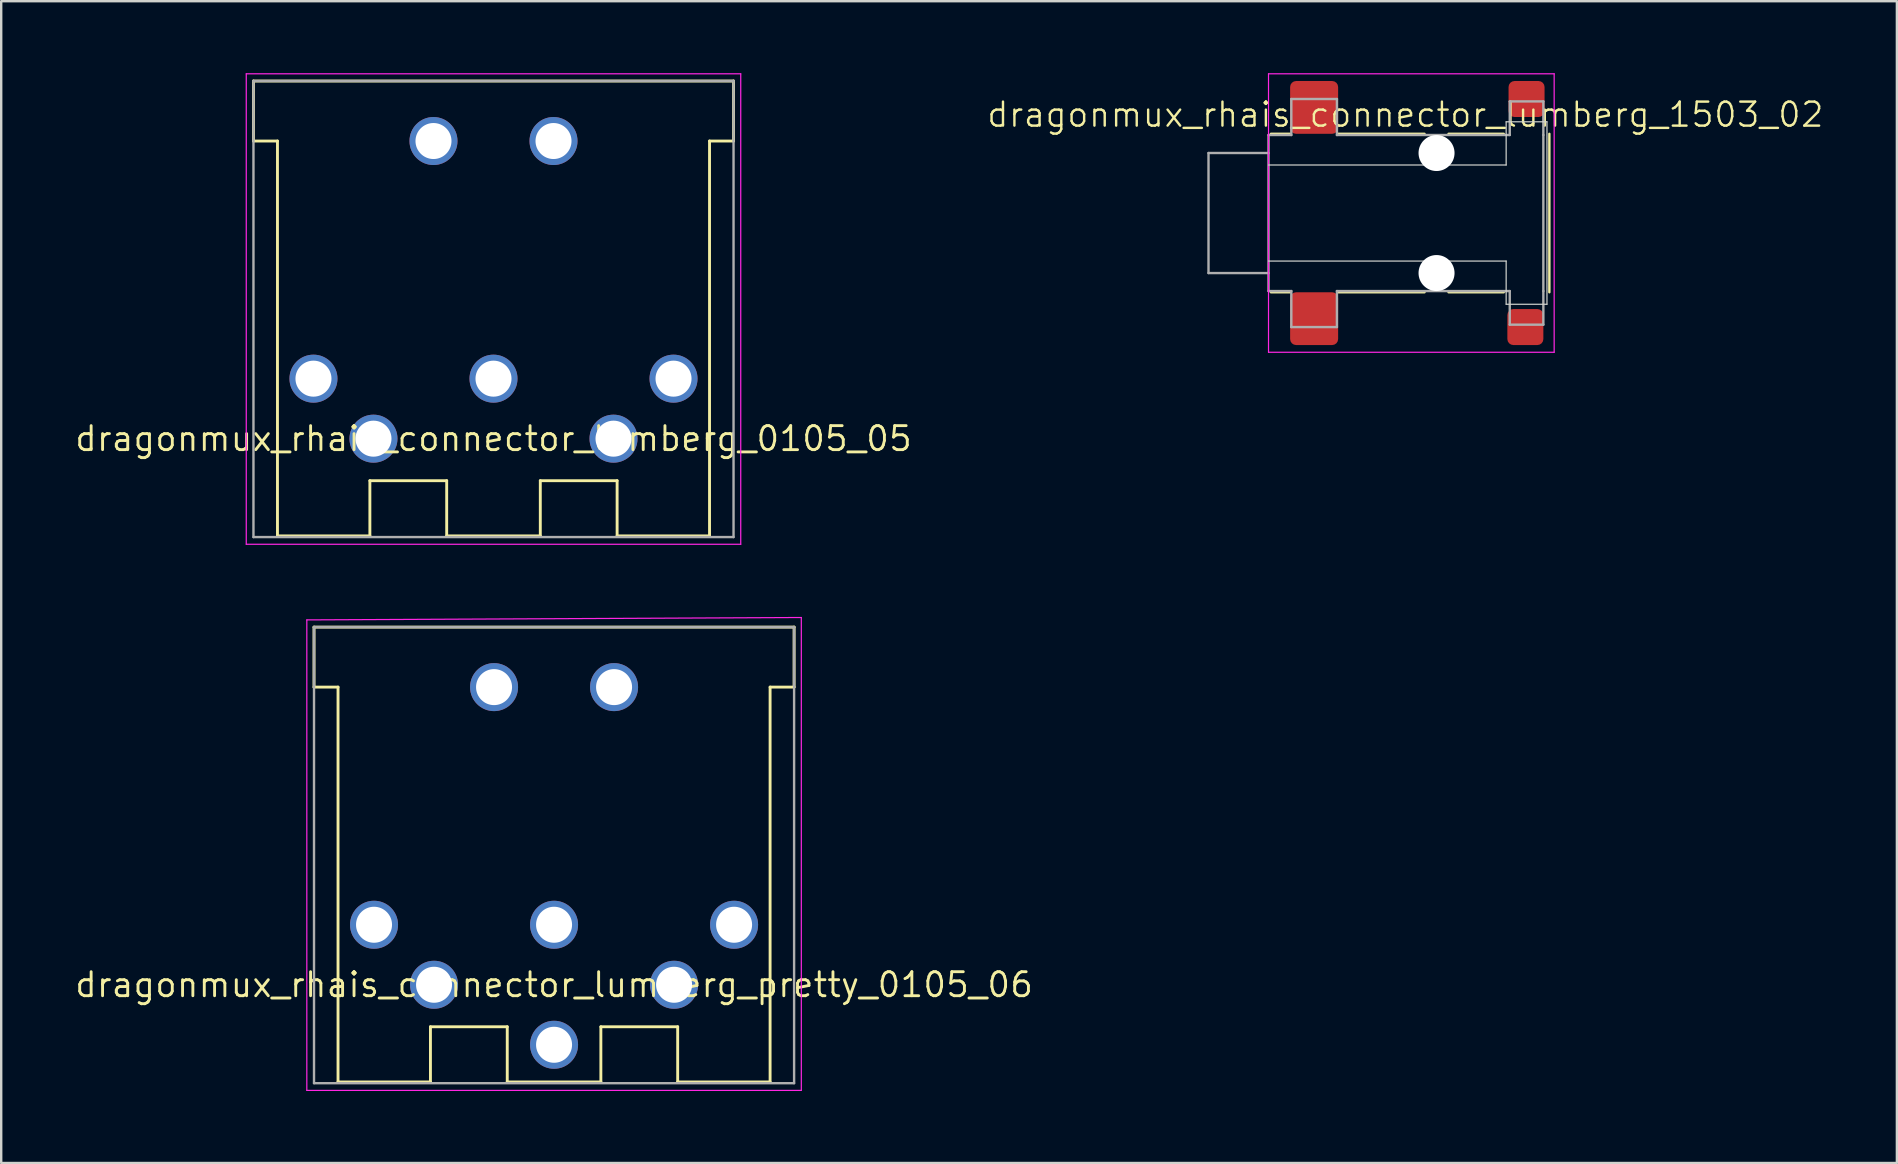
<source format=kicad_pcb>
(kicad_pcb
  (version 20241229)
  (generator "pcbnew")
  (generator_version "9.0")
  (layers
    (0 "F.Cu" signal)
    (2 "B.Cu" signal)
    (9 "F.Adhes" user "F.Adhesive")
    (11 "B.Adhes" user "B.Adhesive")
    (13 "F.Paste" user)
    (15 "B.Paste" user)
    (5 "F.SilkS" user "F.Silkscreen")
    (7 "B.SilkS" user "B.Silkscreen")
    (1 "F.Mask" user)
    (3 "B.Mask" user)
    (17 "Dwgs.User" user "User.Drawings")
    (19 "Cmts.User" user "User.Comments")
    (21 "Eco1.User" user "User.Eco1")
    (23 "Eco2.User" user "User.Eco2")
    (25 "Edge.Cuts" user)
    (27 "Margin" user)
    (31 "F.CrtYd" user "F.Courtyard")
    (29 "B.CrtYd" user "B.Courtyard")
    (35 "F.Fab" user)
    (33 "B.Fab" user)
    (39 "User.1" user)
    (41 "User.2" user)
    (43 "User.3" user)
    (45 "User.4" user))
  (footprint "dragonmux_rhais_connector_lumberg_pretty_0105_06"
    (layer "F.Cu")
    (at 20.032 35.475)
    (property "Reference" "dragonmux_rhais_connector_lumberg_pretty_0105_06" (at 0 2.5 0) (layer "F.SilkS") (effects (font (size 1 1) (thickness 0.12))))
    (attr through_hole)
    (fp_line (start -10 -12.4) (end -10 -9.9) (stroke (width 0.12) (type solid)) (layer "F.SilkS"))
    (fp_line (start -10 -9.9) (end -9 -9.9) (stroke (width 0.12) (type solid)) (layer "F.SilkS"))
    (fp_line (start -9 -9.9) (end -9 6.55) (stroke (width 0.12) (type solid)) (layer "F.SilkS"))
    (fp_line (start -9 6.55) (end -5.15 6.55) (stroke (width 0.12) (type solid)) (layer "F.SilkS"))
    (fp_line (start -5.15 4.25) (end -1.95 4.25) (stroke (width 0.12) (type solid)) (layer "F.SilkS"))
    (fp_line (start -5.15 6.55) (end -5.15 4.25) (stroke (width 0.12) (type solid)) (layer "F.SilkS"))
    (fp_line (start -1.95 4.25) (end -1.95 6.55) (stroke (width 0.12) (type solid)) (layer "F.SilkS"))
    (fp_line (start -1.95 6.55) (end 1.95 6.55) (stroke (width 0.12) (type solid)) (layer "F.SilkS"))
    (fp_line (start 1.95 4.25) (end 5.15 4.25) (stroke (width 0.12) (type solid)) (layer "F.SilkS"))
    (fp_line (start 1.95 6.55) (end 1.95 4.25) (stroke (width 0.12) (type solid)) (layer "F.SilkS"))
    (fp_line (start 5.15 4.25) (end 5.15 6.55) (stroke (width 0.12) (type solid)) (layer "F.SilkS"))
    (fp_line (start 5.15 6.55) (end 9 6.55) (stroke (width 0.12) (type solid)) (layer "F.SilkS"))
    (fp_line (start 9 -9.9) (end 10 -9.9) (stroke (width 0.12) (type solid)) (layer "F.SilkS"))
    (fp_line (start 9 6.55) (end 9 -9.9) (stroke (width 0.12) (type solid)) (layer "F.SilkS"))
    (fp_line (start 10 -12.4) (end -10 -12.4) (stroke (width 0.12) (type solid)) (layer "F.SilkS"))
    (fp_line (start 10 -12.4) (end 10 -9.9) (stroke (width 0.12) (type solid)) (layer "F.SilkS"))
    (fp_line (start -10.3 -12.7) (end 10.3 -12.8) (stroke (width 0.05) (type solid)) (layer "F.CrtYd"))
    (fp_line (start -10.3 6.9) (end -10.3 -12.7) (stroke (width 0.05) (type solid)) (layer "F.CrtYd"))
    (fp_line (start 10.3 -12.8) (end 10.3 6.9) (stroke (width 0.05) (type solid)) (layer "F.CrtYd"))
    (fp_line (start 10.3 6.9) (end -10.3 6.9) (stroke (width 0.05) (type solid)) (layer "F.CrtYd"))
    (fp_line (start -10 -12.4) (end 10 -12.4) (stroke (width 0.1) (type solid)) (layer "F.Fab"))
    (fp_line (start -10 6.6) (end -10 -12.4) (stroke (width 0.1) (type solid)) (layer "F.Fab"))
    (fp_line (start 10 -12.4) (end 10 6.6) (stroke (width 0.1) (type solid)) (layer "F.Fab"))
    (fp_line (start 10 6.6) (end -10 6.6) (stroke (width 0.1) (type solid)) (layer "F.Fab"))
    (pad "1" thru_hole circle (at -7.5 0) (size 2 2) (drill 1.5) (layers "*.Cu" "*.Mask"))
    (pad "2" thru_hole circle (at 0 0) (size 2 2) (drill 1.5) (layers "*.Cu" "*.Mask"))
    (pad "3" thru_hole circle (at 7.5 0) (size 2 2) (drill 1.5) (layers "*.Cu" "*.Mask"))
    (pad "4" thru_hole circle (at -5 2.5) (size 2 2) (drill 1.5) (layers "*.Cu" "*.Mask"))
    (pad "5" thru_hole circle (at 5 2.5) (size 2 2) (drill 1.5) (layers "*.Cu" "*.Mask"))
    (pad "8" thru_hole circle (at 0 5) (size 2 2) (drill 1.5) (layers "*.Cu" "*.Mask"))
    (pad "PE" thru_hole circle (at -2.5 -9.9) (size 2 2) (drill 1.5) (layers "*.Cu" "*.Mask"))
    (pad "PE" thru_hole circle (at 2.5 -9.9) (size 2 2) (drill 1.5) (layers "*.Cu" "*.Mask")))
  (footprint "dragonmux_rhais_connector_lumberg_1503_02"
    (layer "F.Cu")
    (at 55.496 5.825)
    (property "Reference" "dragonmux_rhais_connector_lumberg_1503_02" (at 0 -4.1 0) (unlocked yes) (layer "F.SilkS") (effects (font (size 1 1) (thickness 0.1))))
    (attr smd)
    (fp_line (start -4.8 -3.3) (end -5.6 -3.3) (stroke (width 0.1) (type solid)) (layer "F.SilkS"))
    (fp_line (start -4.8 3.3) (end -5.6 3.3) (stroke (width 0.1) (type solid)) (layer "F.SilkS"))
    (fp_line (start -2.8 -3.3) (end 0.8 -3.3) (stroke (width 0.1) (type solid)) (layer "F.SilkS"))
    (fp_line (start -2.8 3.3) (end 0.8 3.3) (stroke (width 0.1) (type solid)) (layer "F.SilkS"))
    (fp_line (start 4.1 -3.3) (end 1.8 -3.3) (stroke (width 0.1) (type solid)) (layer "F.SilkS"))
    (fp_line (start 4.1 3.3) (end 1.8 3.3) (stroke (width 0.1) (type solid)) (layer "F.SilkS"))
    (fp_line (start 6 -3.3) (end 6 3.3) (stroke (width 0.1) (type solid)) (layer "F.SilkS"))
    (fp_line (start -5.7 -2) (end 4.2 -2) (stroke (width 0.05) (type solid)) (layer "Edge.Cuts"))
    (fp_line (start 4.2 -3.8) (end 4.2 -2) (stroke (width 0.05) (type solid)) (layer "Edge.Cuts"))
    (fp_line (start 4.2 -3.8) (end 5.9 -3.8) (stroke (width 0.05) (type solid)) (layer "Edge.Cuts"))
    (fp_line (start 4.2 2) (end -5.7 2) (stroke (width 0.05) (type solid)) (layer "Edge.Cuts"))
    (fp_line (start 4.2 3.8) (end 4.2 2) (stroke (width 0.05) (type solid)) (layer "Edge.Cuts"))
    (fp_line (start 4.2 3.8) (end 5.9 3.8) (stroke (width 0.05) (type solid)) (layer "Edge.Cuts"))
    (fp_line (start 5.9 -3.8) (end 5.9 3.8) (stroke (width 0.05) (type solid)) (layer "Edge.Cuts"))
    (fp_line (start -5.7 -5.8) (end -5.7 5.8) (stroke (width 0.05) (type solid)) (layer "F.CrtYd"))
    (fp_line (start -5.7 -5.8) (end 6.2 -5.8) (stroke (width 0.05) (type solid)) (layer "F.CrtYd"))
    (fp_line (start -5.7 5.8) (end 6.2 5.8) (stroke (width 0.05) (type solid)) (layer "F.CrtYd"))
    (fp_line (start 6.2 -5.8) (end 6.2 5.8) (stroke (width 0.05) (type solid)) (layer "F.CrtYd"))
    (fp_line (start -8.2 -2.5) (end -5.7 -2.5) (stroke (width 0.1) (type solid)) (layer "F.Fab"))
    (fp_line (start -8.2 2.5) (end -8.2 -2.5) (stroke (width 0.1) (type solid)) (layer "F.Fab"))
    (fp_line (start -5.7 -3.25) (end -4.75 -3.25) (stroke (width 0.1) (type solid)) (layer "F.Fab"))
    (fp_line (start -5.7 2.5) (end -8.2 2.5) (stroke (width 0.1) (type solid)) (layer "F.Fab"))
    (fp_line (start -5.7 3.25) (end -5.7 -3.25) (stroke (width 0.1) (type solid)) (layer "F.Fab"))
    (fp_line (start -4.75 -3.25) (end -4.75 -4.75) (stroke (width 0.1) (type solid)) (layer "F.Fab"))
    (fp_line (start -4.75 3.25) (end -5.7 3.25) (stroke (width 0.1) (type solid)) (layer "F.Fab"))
    (fp_line (start -4.75 4.75) (end -4.75 3.25) (stroke (width 0.1) (type solid)) (layer "F.Fab"))
    (fp_line (start -4.75 4.75) (end -2.85 4.75) (stroke (width 0.1) (type solid)) (layer "F.Fab"))
    (fp_line (start -2.85 -4.75) (end -4.75 -4.75) (stroke (width 0.1) (type solid)) (layer "F.Fab"))
    (fp_line (start -2.85 -4.75) (end -2.85 -3.25) (stroke (width 0.1) (type solid)) (layer "F.Fab"))
    (fp_line (start -2.85 3.25) (end -2.85 4.75) (stroke (width 0.1) (type solid)) (layer "F.Fab"))
    (fp_line (start 4.35 -4.65) (end 4.35 -3.25) (stroke (width 0.1) (type solid)) (layer "F.Fab"))
    (fp_line (start 4.35 -3.25) (end -2.85 -3.25) (stroke (width 0.1) (type solid)) (layer "F.Fab"))
    (fp_line (start 4.35 3.25) (end -2.85 3.25) (stroke (width 0.1) (type solid)) (layer "F.Fab"))
    (fp_line (start 4.35 3.25) (end 4.35 4.65) (stroke (width 0.1) (type solid)) (layer "F.Fab"))
    (fp_line (start 4.35 4.65) (end 5.75 4.65) (stroke (width 0.1) (type solid)) (layer "F.Fab"))
    (fp_line (start 5.75 -4.65) (end 4.35 -4.65) (stroke (width 0.1) (type solid)) (layer "F.Fab"))
    (fp_line (start 5.75 -3.25) (end 5.75 -4.65) (stroke (width 0.1) (type solid)) (layer "F.Fab"))
    (fp_line (start 5.75 -3.25) (end 5.75 3.25) (stroke (width 0.1) (type solid)) (layer "F.Fab"))
    (fp_line (start 5.75 4.65) (end 5.75 3.25) (stroke (width 0.1) (type solid)) (layer "F.Fab"))
    (pad "" np_thru_hole circle (at 1.3 -2.5) (size 1.5 1.5) (drill 1.5) (layers "*.Cu" "*.Mask"))
    (pad "" np_thru_hole circle (at 1.3 2.5) (size 1.5 1.5) (drill 1.5) (layers "*.Cu" "*.Mask"))
    (pad "R" smd roundrect (at 5.05 -4.75) (size 1.5 1.5) (layers "F.Cu" "F.Mask" "F.Paste") (roundrect_rratio 0.167))
    (pad "S" smd roundrect (at 5 4.75) (size 1.5 1.5) (layers "F.Cu" "F.Mask" "F.Paste") (roundrect_rratio 0.167))
    (pad "T" smd roundrect (at -3.8 -4.4) (size 2 2.2) (layers "F.Cu" "F.Mask" "F.Paste") (roundrect_rratio 0.125))
    (pad "T" smd roundrect (at -3.8 4.4) (size 2 2.2) (layers "F.Cu" "F.Mask" "F.Paste") (roundrect_rratio 0.125)))
  (footprint "dragonmux_rhais_connector_lumberg_0105_05"
    (layer "F.Cu")
    (at 17.509 12.725)
    (property "Reference" "dragonmux_rhais_connector_lumberg_0105_05" (at 0 2.5 0) (layer "F.SilkS") (effects (font (size 1 1) (thickness 0.12))))
    (fp_line (start -10 -12.4) (end -10 -9.9) (stroke (width 0.12) (type solid)) (layer "F.SilkS"))
    (fp_line (start -10 -9.9) (end -9 -9.9) (stroke (width 0.12) (type solid)) (layer "F.SilkS"))
    (fp_line (start -9 -9.9) (end -9 6.55) (stroke (width 0.12) (type solid)) (layer "F.SilkS"))
    (fp_line (start -9 6.55) (end -5.15 6.55) (stroke (width 0.12) (type solid)) (layer "F.SilkS"))
    (fp_line (start -5.15 4.25) (end -1.95 4.25) (stroke (width 0.12) (type solid)) (layer "F.SilkS"))
    (fp_line (start -5.15 6.55) (end -5.15 4.25) (stroke (width 0.12) (type solid)) (layer "F.SilkS"))
    (fp_line (start -1.95 4.25) (end -1.95 6.55) (stroke (width 0.12) (type solid)) (layer "F.SilkS"))
    (fp_line (start -1.95 6.55) (end 1.95 6.55) (stroke (width 0.12) (type solid)) (layer "F.SilkS"))
    (fp_line (start 1.95 4.25) (end 5.15 4.25) (stroke (width 0.12) (type solid)) (layer "F.SilkS"))
    (fp_line (start 1.95 6.55) (end 1.95 4.25) (stroke (width 0.12) (type solid)) (layer "F.SilkS"))
    (fp_line (start 5.15 4.25) (end 5.15 6.55) (stroke (width 0.12) (type solid)) (layer "F.SilkS"))
    (fp_line (start 5.15 6.55) (end 9 6.55) (stroke (width 0.12) (type solid)) (layer "F.SilkS"))
    (fp_line (start 9 -9.9) (end 10 -9.9) (stroke (width 0.12) (type solid)) (layer "F.SilkS"))
    (fp_line (start 9 6.55) (end 9 -9.9) (stroke (width 0.12) (type solid)) (layer "F.SilkS"))
    (fp_line (start 10 -12.4) (end -10 -12.4) (stroke (width 0.12) (type solid)) (layer "F.SilkS"))
    (fp_line (start 10 -12.4) (end 10 -9.9) (stroke (width 0.12) (type solid)) (layer "F.SilkS"))
    (fp_line (start -10.3 -12.7) (end -10.3 6.9) (stroke (width 0.05) (type solid)) (layer "F.CrtYd"))
    (fp_line (start -10.3 6.9) (end 10.3 6.9) (stroke (width 0.05) (type solid)) (layer "F.CrtYd"))
    (fp_line (start 10.3 -12.7) (end -10.3 -12.7) (stroke (width 0.05) (type solid)) (layer "F.CrtYd"))
    (fp_line (start 10.3 6.9) (end 10.3 -12.7) (stroke (width 0.05) (type solid)) (layer "F.CrtYd"))
    (fp_line (start -10 -12.4) (end 10 -12.4) (stroke (width 0.1) (type solid)) (layer "F.Fab"))
    (fp_line (start -10 6.6) (end -10 -12.4) (stroke (width 0.1) (type solid)) (layer "F.Fab"))
    (fp_line (start 10 -12.4) (end 10 6.6) (stroke (width 0.1) (type solid)) (layer "F.Fab"))
    (fp_line (start 10 6.6) (end -10 6.6) (stroke (width 0.1) (type solid)) (layer "F.Fab"))
    (pad "1" thru_hole circle (at -7.5 0) (size 2 2) (drill 1.5) (layers "*.Cu" "*.Mask"))
    (pad "2" thru_hole circle (at 0 0) (size 2 2) (drill 1.5) (layers "*.Cu" "*.Mask"))
    (pad "3" thru_hole circle (at 7.5 0) (size 2 2) (drill 1.5) (layers "*.Cu" "*.Mask"))
    (pad "4" thru_hole circle (at -5 2.5) (size 2 2) (drill 1.5) (layers "*.Cu" "*.Mask"))
    (pad "5" thru_hole circle (at 5 2.5) (size 2 2) (drill 1.5) (layers "*.Cu" "*.Mask"))
    (pad "PE" thru_hole circle (at -2.5 -9.9) (size 2 2) (drill 1.5) (layers "*.Cu" "*.Mask"))
    (pad "PE" thru_hole circle (at 2.5 -9.9) (size 2 2) (drill 1.5) (layers "*.Cu" "*.Mask")))
  (gr_rect
    (start -3 -3)
    (end 75.974 45.4)
    (stroke (width 0.1) (type default))
    (fill no)
    (layer "Edge.Cuts")))
</source>
